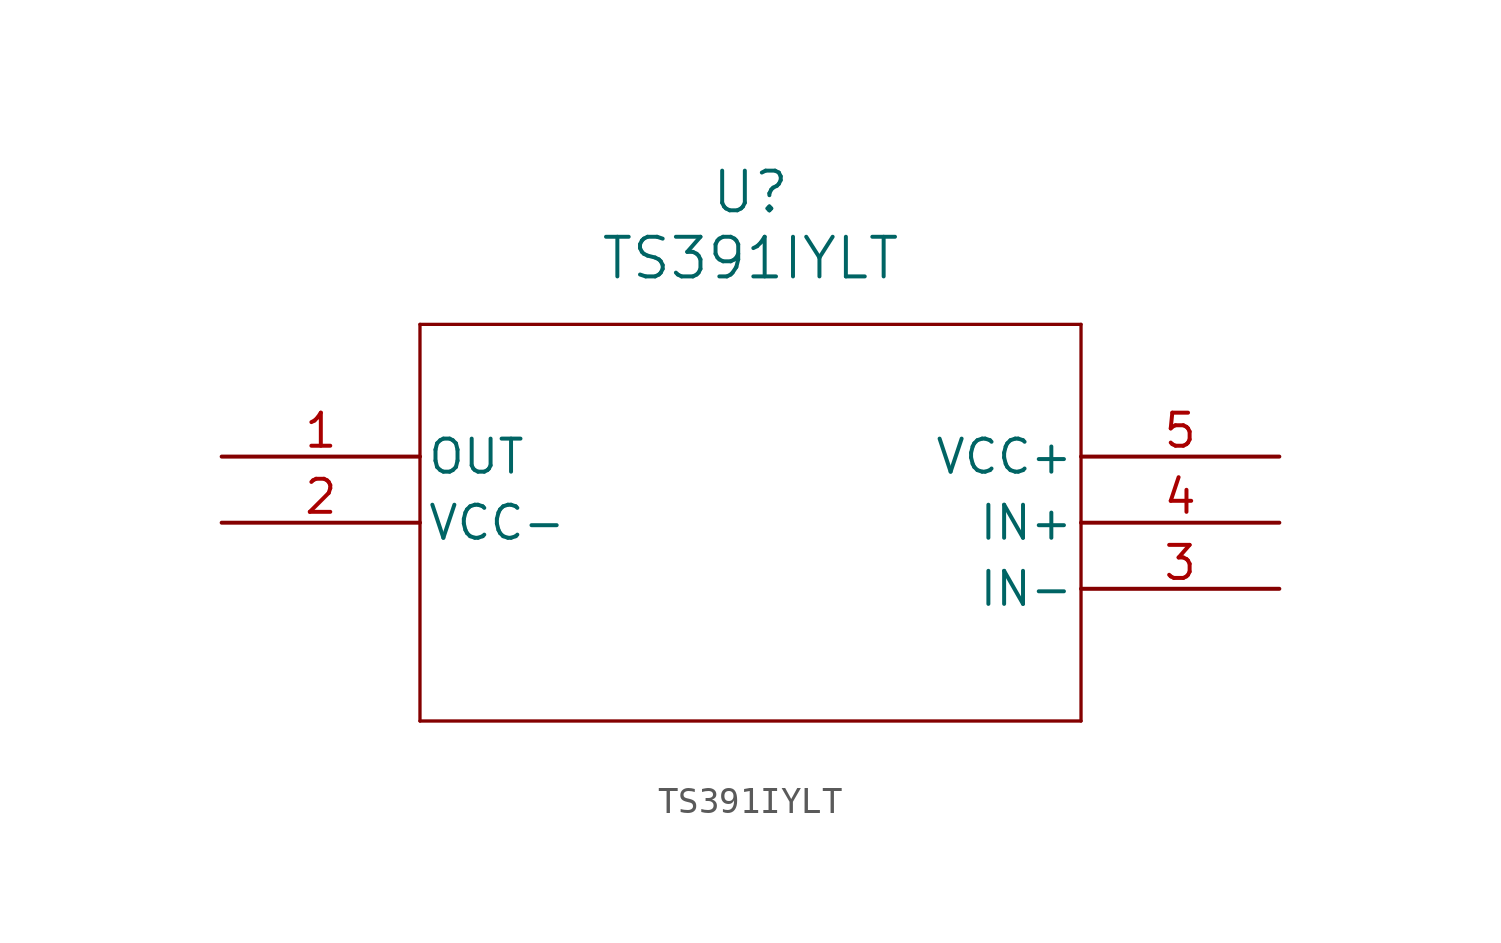
<source format=kicad_sym>
(kicad_symbol_lib
  (version 20211014)
  (generator kicad_symbol_editor)
  (symbol "TS391IYLT"
    (pin_names
      (offset 0.254))
    (property "Reference" "U"
      (at 20.32 10.16 0)
      (effects (font (size 1.524 1.524))))
    (property "Value" "TS391IYLT"
      (at 20.32 7.62 0)
      (effects (font (size 1.524 1.524))))
    (symbol "TS391IYLT_0_1"
      (polyline (pts (xy 7.62 5.08) (xy 7.62 -10.16)) (stroke (width 0.127) (type default) (color 0 0 0 0)) (fill (type none)))
      (polyline (pts (xy 7.62 -10.16) (xy 33.02 -10.16)) (stroke (width 0.127) (type default) (color 0 0 0 0)) (fill (type none)))
      (polyline (pts (xy 33.02 -10.16) (xy 33.02 5.08)) (stroke (width 0.127) (type default) (color 0 0 0 0)) (fill (type none)))
      (polyline (pts (xy 33.02 5.08) (xy 7.62 5.08)) (stroke (width 0.127) (type default) (color 0 0 0 0)) (fill (type none)))
      (pin output line (at 0 0 0) (length 7.62) (name "OUT" (effects (font (size 1.27 1.27)))) (number "1" (effects (font (size 1.27 1.27)))))
      (pin power_in line (at 0 -2.54 0) (length 7.62) (name "VCC-" (effects (font (size 1.27 1.27)))) (number "2" (effects (font (size 1.27 1.27)))))
      (pin input line (at 40.64 -5.08 180) (length 7.62) (name "IN-" (effects (font (size 1.27 1.27)))) (number "3" (effects (font (size 1.27 1.27)))))
      (pin input line (at 40.64 -2.54 180) (length 7.62) (name "IN+" (effects (font (size 1.27 1.27)))) (number "4" (effects (font (size 1.27 1.27)))))
      (pin power_in line (at 40.64 0 180) (length 7.62) (name "VCC+" (effects (font (size 1.27 1.27)))) (number "5" (effects (font (size 1.27 1.27))))))))
</source>
